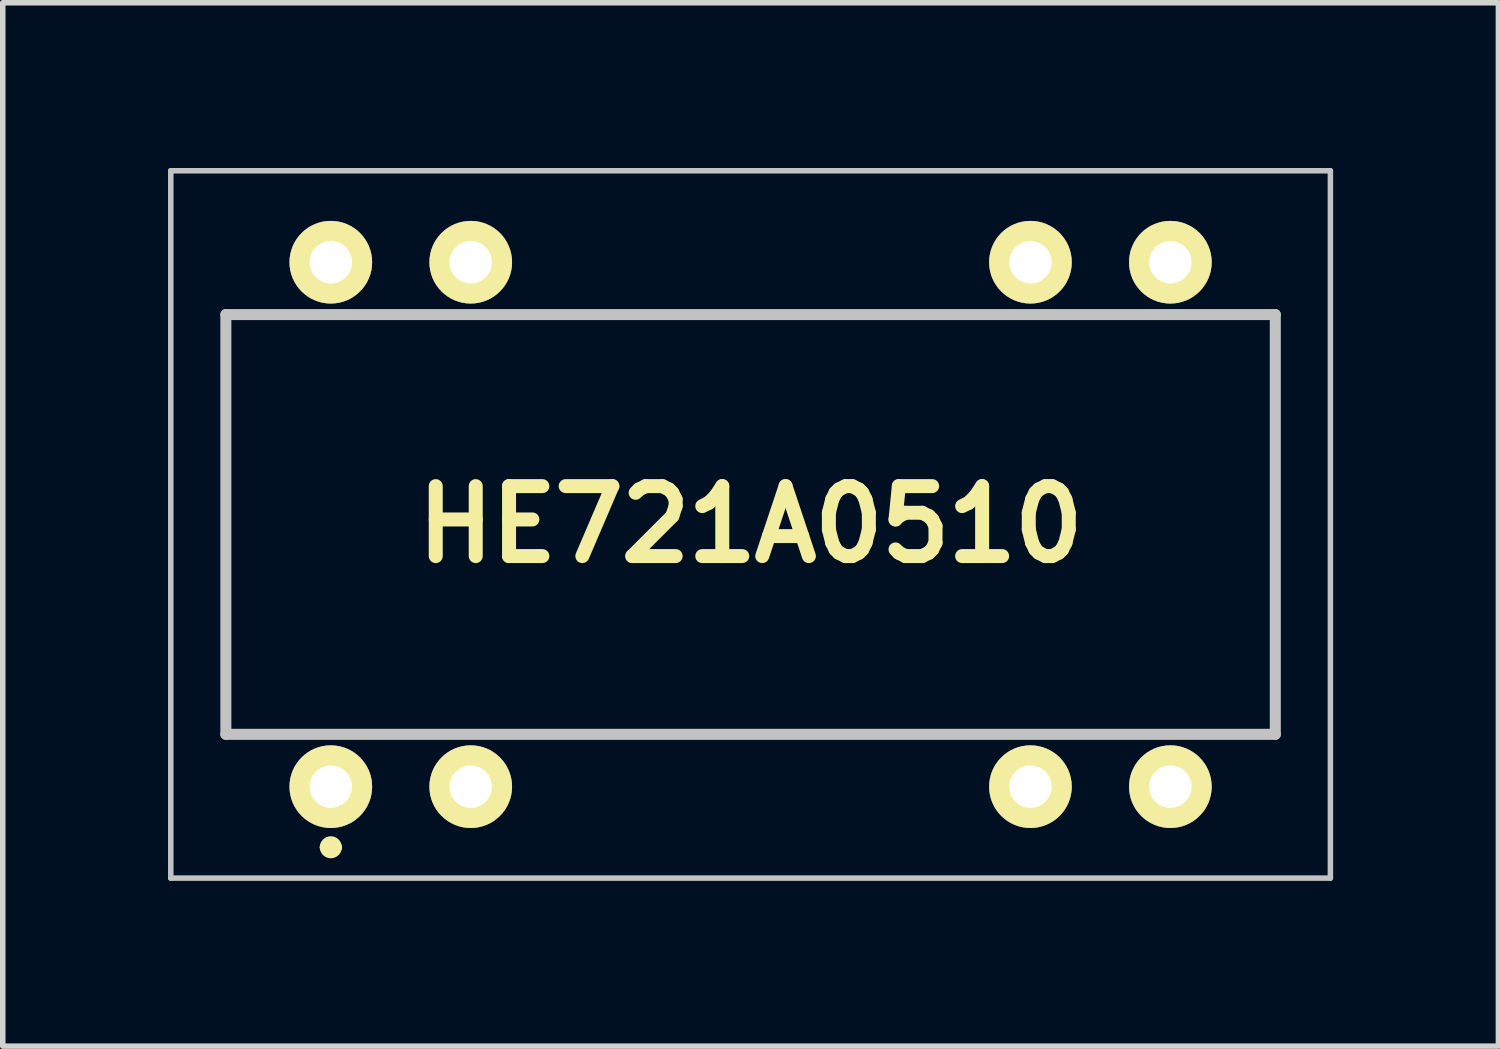
<source format=kicad_pcb>
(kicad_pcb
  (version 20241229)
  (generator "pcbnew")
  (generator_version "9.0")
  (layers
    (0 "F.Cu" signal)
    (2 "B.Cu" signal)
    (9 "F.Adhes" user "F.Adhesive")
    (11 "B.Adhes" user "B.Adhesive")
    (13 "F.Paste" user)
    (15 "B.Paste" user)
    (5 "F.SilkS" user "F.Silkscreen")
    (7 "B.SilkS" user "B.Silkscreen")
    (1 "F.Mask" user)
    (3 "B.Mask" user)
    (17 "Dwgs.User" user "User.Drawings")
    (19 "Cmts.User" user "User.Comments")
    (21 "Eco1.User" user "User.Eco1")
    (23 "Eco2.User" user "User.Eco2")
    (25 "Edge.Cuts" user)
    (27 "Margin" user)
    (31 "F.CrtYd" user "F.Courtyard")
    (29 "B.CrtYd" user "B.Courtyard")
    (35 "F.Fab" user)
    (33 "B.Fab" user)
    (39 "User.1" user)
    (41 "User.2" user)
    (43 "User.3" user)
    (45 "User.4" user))
  (footprint "HE721A0510"
    (layer "F.Cu")
    (at 2.955 11.23)
    (property "Reference" "HE721A0510" (at 7.62 -4.76 0) (layer "F.SilkS") (effects (font (size 1.27 1.27) (thickness 0.254))))
    (attr through_hole)
    (fp_line (start -1.905 -8.57) (end 17.145 -8.57) (stroke (width 0.1) (type solid)) (layer "F.SilkS"))
    (fp_line (start -1.905 -0.95) (end -1.905 -8.57) (stroke (width 0.1) (type solid)) (layer "F.SilkS"))
    (fp_line (start -0.1 1.1) (end -0.1 1.1) (stroke (width 0.2) (type solid)) (layer "F.SilkS"))
    (fp_line (start 0.1 1.1) (end 0.1 1.1) (stroke (width 0.2) (type solid)) (layer "F.SilkS"))
    (fp_line (start 17.145 -8.57) (end 17.145 -0.95) (stroke (width 0.1) (type solid)) (layer "F.SilkS"))
    (fp_line (start 17.145 -0.95) (end -1.905 -0.95) (stroke (width 0.1) (type solid)) (layer "F.SilkS"))
    (fp_arc (start -0.1 1.1) (mid 0 1) (end 0.1 1.1) (stroke (width 0.2) (type solid)) (layer "F.SilkS"))
    (fp_arc (start 0.1 1.1) (mid 0 1.2) (end -0.1 1.1) (stroke (width 0.2) (type solid)) (layer "F.SilkS"))
    (fp_line (start -2.905 -11.18) (end 18.145 -11.18) (stroke (width 0.1) (type solid)) (layer "Dwgs.User"))
    (fp_line (start -2.905 1.66) (end -2.905 -11.18) (stroke (width 0.1) (type solid)) (layer "Dwgs.User"))
    (fp_line (start -1.905 -8.57) (end 17.145 -8.57) (stroke (width 0.2) (type solid)) (layer "Dwgs.User"))
    (fp_line (start -1.905 -0.95) (end -1.905 -8.57) (stroke (width 0.2) (type solid)) (layer "Dwgs.User"))
    (fp_line (start 17.145 -8.57) (end 17.145 -0.95) (stroke (width 0.2) (type solid)) (layer "Dwgs.User"))
    (fp_line (start 17.145 -0.95) (end -1.905 -0.95) (stroke (width 0.2) (type solid)) (layer "Dwgs.User"))
    (fp_line (start 18.145 -11.18) (end 18.145 1.66) (stroke (width 0.1) (type solid)) (layer "Dwgs.User"))
    (fp_line (start 18.145 1.66) (end -2.905 1.66) (stroke (width 0.1) (type solid)) (layer "Dwgs.User"))
    (pad "1" thru_hole circle (at 0 0 90) (size 1.5 1.5) (drill 0.77) (layers "*.Cu" "*.Mask" "F.SilkS"))
    (pad "2" thru_hole circle (at 2.54 0 90) (size 1.5 1.5) (drill 0.77) (layers "*.Cu" "*.Mask" "F.SilkS"))
    (pad "6" thru_hole circle (at 12.7 0 90) (size 1.5 1.5) (drill 0.77) (layers "*.Cu" "*.Mask" "F.SilkS"))
    (pad "7" thru_hole circle (at 15.24 0 90) (size 1.5 1.5) (drill 0.77) (layers "*.Cu" "*.Mask" "F.SilkS"))
    (pad "8" thru_hole circle (at 15.24 -9.52 90) (size 1.5 1.5) (drill 0.77) (layers "*.Cu" "*.Mask" "F.SilkS"))
    (pad "9" thru_hole circle (at 12.7 -9.52 90) (size 1.5 1.5) (drill 0.77) (layers "*.Cu" "*.Mask" "F.SilkS"))
    (pad "13" thru_hole circle (at 2.54 -9.52 90) (size 1.5 1.5) (drill 0.77) (layers "*.Cu" "*.Mask" "F.SilkS"))
    (pad "14" thru_hole circle (at 0 -9.52 90) (size 1.5 1.5) (drill 0.77) (layers "*.Cu" "*.Mask" "F.SilkS")))
  (gr_rect
    (start -3 -3)
    (end 24.15 15.94)
    (stroke (width 0.1) (type default))
    (fill no)
    (layer "Edge.Cuts")))
</source>
